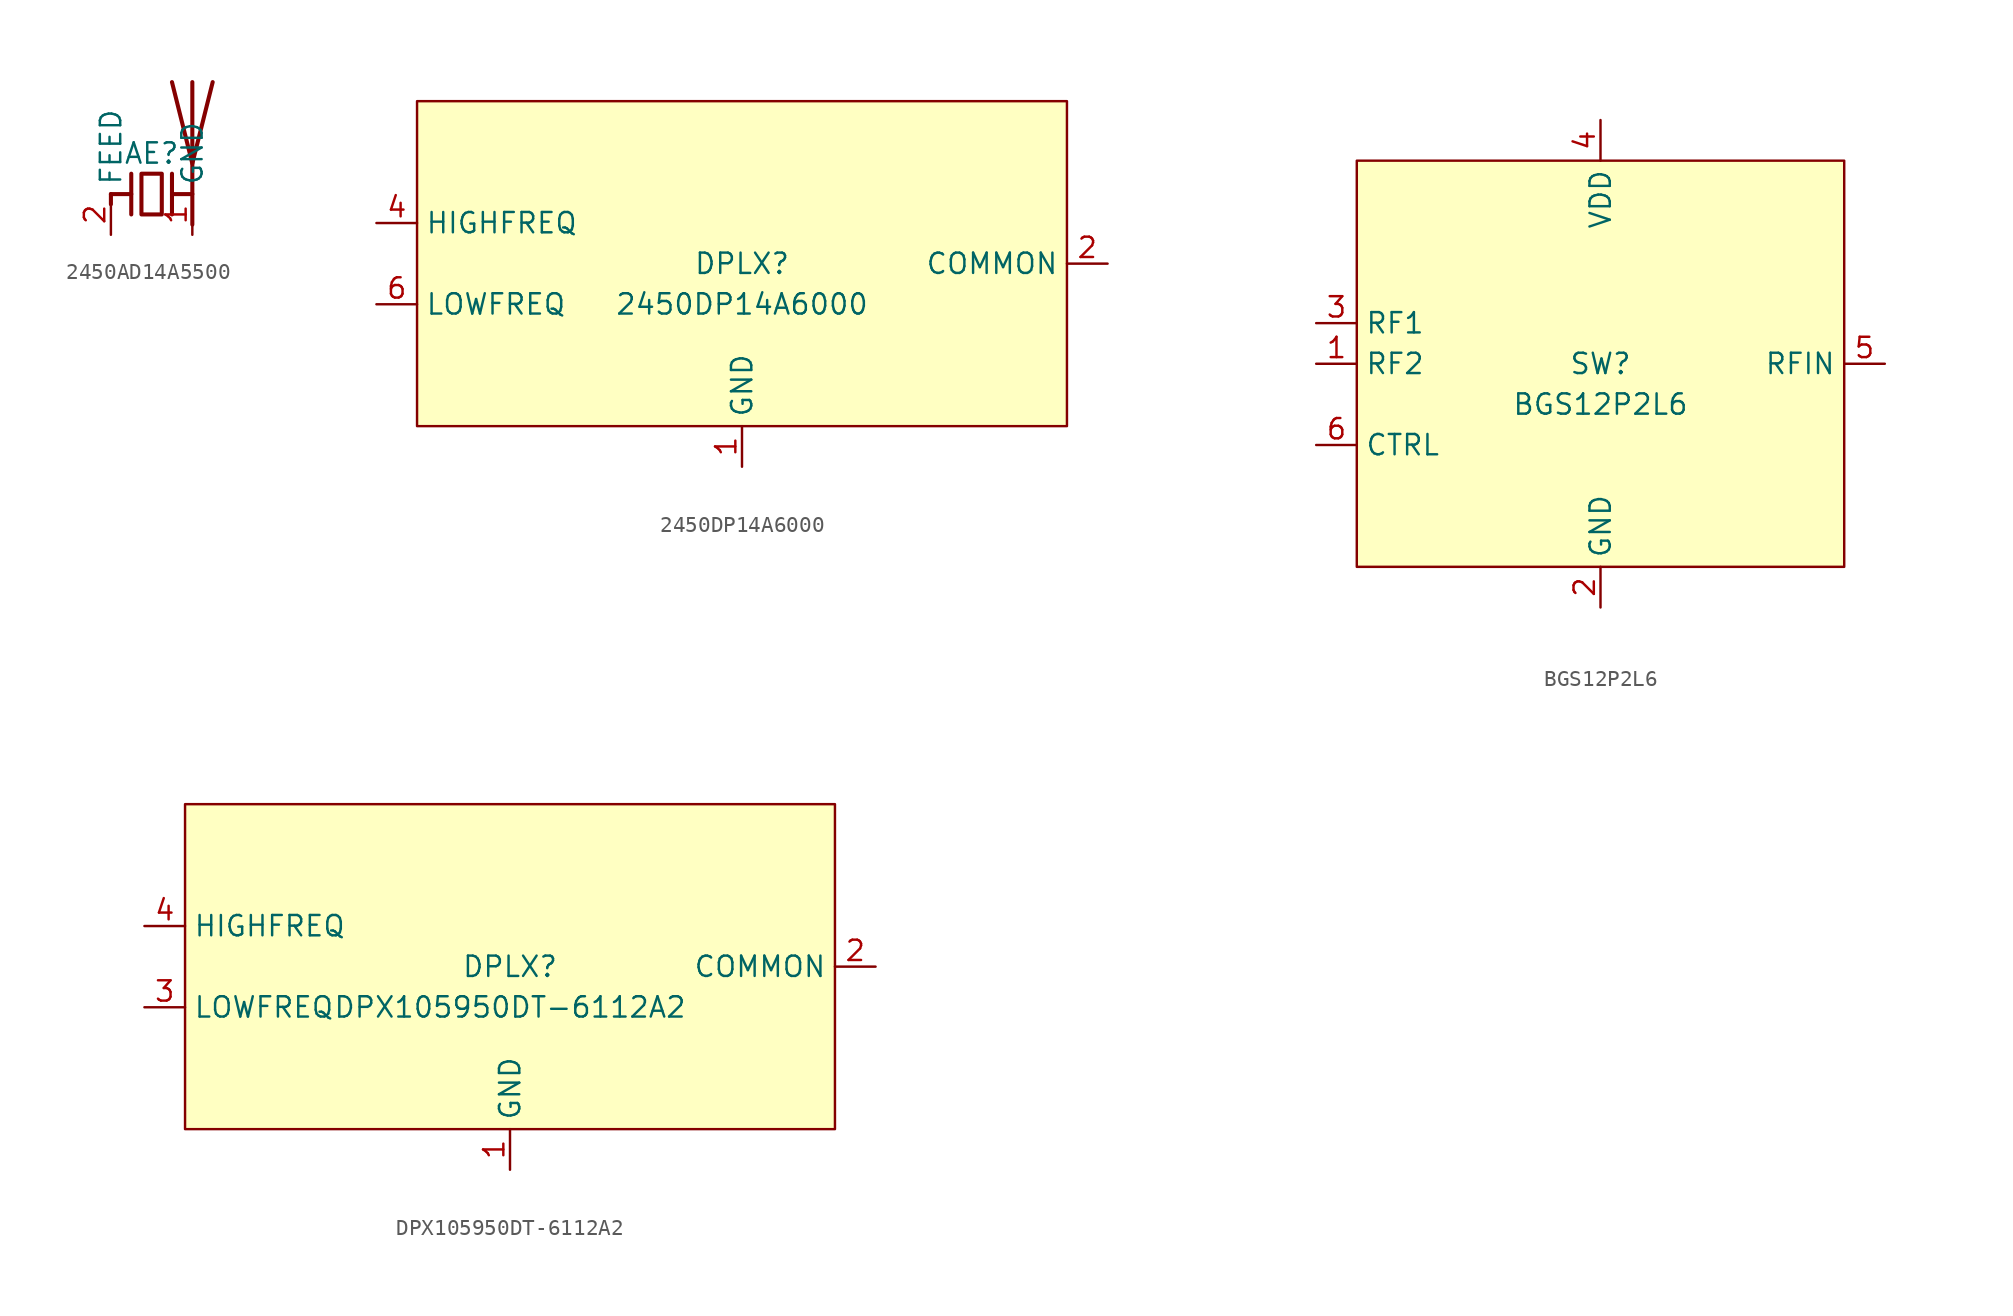
<source format=kicad_sym>
(kicad_symbol_lib
  (version 20220914)
  (generator kicad_symbol_editor)
  (symbol "2450AD14A5500"
    (property "Reference" "AE"
      (at 0 2.54 0)
      (effects (font (size 1.27 1.27))))
    (property "Value" ""
      (at 0 0 0)
      (effects (font (size 1.27 1.27))))
    (symbol "2450AD14A5500_0_1"
      (polyline (pts (xy -2.54 0) (xy -2.54 -0.635)) (stroke (width 0.254) (type default)) (fill (type none)))
      (polyline (pts (xy -2.54 0) (xy -1.27 0)) (stroke (width 0.254) (type default)) (fill (type none)))
      (polyline (pts (xy 1.27 0) (xy 2.54 0)) (stroke (width 0.254) (type default)) (fill (type none)))
      (polyline (pts (xy 1.27 1.27) (xy 1.27 -1.27)) (stroke (width 0.254) (type default)) (fill (type none)))
      (polyline (pts (xy 2.54 -0.635) (xy 2.54 0)) (stroke (width 0) (type default)) (fill (type none)))
      (polyline (pts (xy 2.54 6.985) (xy 2.54 -1.905)) (stroke (width 0.254) (type default)) (fill (type none)))
      (polyline (pts (xy -1.27 1.27) (xy -1.27 -1.27) (xy -1.27 0)) (stroke (width 0.254) (type default)) (fill (type none)))
      (polyline (pts (xy 3.81 6.985) (xy 2.54 1.905) (xy 1.27 6.985)) (stroke (width 0.254) (type default)) (fill (type none)))
      (polyline (pts (xy -0.635 1.27) (xy 0.635 1.27) (xy 0.635 -1.27) (xy -0.635 -1.27) (xy -0.635 1.27)) (stroke (width 0.254) (type default)) (fill (type none))))
    (symbol "2450AD14A5500_1_0"
      (pin no_connect line (at 0 0 90) (length 2.54) hide (name "NC" (effects (font (size 1.27 1.27)))) (number "3" (effects (font (size 1.27 1.27)))))
      (pin no_connect line (at 2.54 0 90) (length 2.54) hide (name "NC" (effects (font (size 1.27 1.27)))) (number "4" (effects (font (size 1.27 1.27))))))
    (symbol "2450AD14A5500_1_1"
      (pin input line (at 2.54 -2.54 90) (length 2.54) (name "GND" (effects (font (size 1.27 1.27)))) (number "1" (effects (font (size 1.27 1.27)))))
      (pin passive line (at -2.54 -2.54 90) (length 2.54) (name "FEED" (effects (font (size 1.27 1.27)))) (number "2" (effects (font (size 1.27 1.27)))))))
  (symbol "2450DP14A6000"
    (property "Reference" "DPLX"
      (at 0 0 0)
      (do_not_autoplace)
      (effects (font (size 1.27 1.27))))
    (property "Value" "2450DP14A6000"
      (at 0 -2.54 0)
      (do_not_autoplace)
      (effects (font (size 1.27 1.27))))
    (symbol "2450DP14A6000_0_0"
      (pin unspecified line (at 0 -12.7 90) (length 2.54) (name "GND" (effects (font (size 1.27 1.27)))) (number "1" (effects (font (size 1.27 1.27)))))
      (pin unspecified line (at 22.86 0 180) (length 2.54) (name "COMMON" (effects (font (size 1.27 1.27)))) (number "2" (effects (font (size 1.27 1.27)))))
      (pin unspecified line (at -22.86 2.54 0) (length 2.54) (name "HIGHFREQ" (effects (font (size 1.27 1.27)))) (number "4" (effects (font (size 1.27 1.27)))))
      (pin unspecified line (at -22.86 -2.54 0) (length 2.54) (name "LOWFREQ" (effects (font (size 1.27 1.27)))) (number "6" (effects (font (size 1.27 1.27))))))
    (symbol "2450DP14A6000_1_0"
      (pin unspecified line (at 0 -12.7 90) (length 2.54) hide (name "GND" (effects (font (size 1.27 1.27)))) (number "3" (effects (font (size 1.27 1.27)))))
      (pin unspecified line (at 0 -12.7 90) (length 2.54) hide (name "GND" (effects (font (size 1.27 1.27)))) (number "5" (effects (font (size 1.27 1.27))))))
    (symbol "2450DP14A6000_1_1"
      (rectangle (start -20.32 10.16) (end 20.32 -10.16) (stroke (width 0) (type default)) (fill (type background)))))
  (symbol "BGS12P2L6"
    (property "Reference" "SW"
      (at 0 0 0)
      (do_not_autoplace)
      (effects (font (size 1.27 1.27))))
    (property "Value" "BGS12P2L6"
      (at 0 -2.54 0)
      (do_not_autoplace)
      (effects (font (size 1.27 1.27))))
    (symbol "BGS12P2L6_0_0"
      (pin unspecified line (at -17.78 0 0) (length 2.54) (name "RF2" (effects (font (size 1.27 1.27)))) (number "1" (effects (font (size 1.27 1.27)))))
      (pin unspecified line (at 0 -15.24 90) (length 2.54) (name "GND" (effects (font (size 1.27 1.27)))) (number "2" (effects (font (size 1.27 1.27)))))
      (pin unspecified line (at -17.78 2.54 0) (length 2.54) (name "RF1" (effects (font (size 1.27 1.27)))) (number "3" (effects (font (size 1.27 1.27)))))
      (pin unspecified line (at 0 15.24 270) (length 2.54) (name "VDD" (effects (font (size 1.27 1.27)))) (number "4" (effects (font (size 1.27 1.27)))))
      (pin unspecified line (at 17.78 0 180) (length 2.54) (name "RFIN" (effects (font (size 1.27 1.27)))) (number "5" (effects (font (size 1.27 1.27)))))
      (pin unspecified line (at -17.78 -5.08 0) (length 2.54) (name "CTRL" (effects (font (size 1.27 1.27)))) (number "6" (effects (font (size 1.27 1.27))))))
    (symbol "BGS12P2L6_1_1"
      (rectangle (start -15.24 12.7) (end 15.24 -12.7) (stroke (width 0) (type default)) (fill (type background)))))
  (symbol "DPX105950DT-6112A2"
    (property "Reference" "DPLX"
      (at 0 0 0)
      (do_not_autoplace)
      (effects (font (size 1.27 1.27))))
    (property "Value" "DPX105950DT-6112A2"
      (at 0 -2.54 0)
      (do_not_autoplace)
      (effects (font (size 1.27 1.27))))
    (symbol "DPX105950DT-6112A2_0_0"
      (pin unspecified line (at 0 -12.7 90) (length 2.54) (name "GND" (effects (font (size 1.27 1.27)))) (number "1" (effects (font (size 1.27 1.27)))))
      (pin unspecified line (at 22.86 0 180) (length 2.54) (name "COMMON" (effects (font (size 1.27 1.27)))) (number "2" (effects (font (size 1.27 1.27)))))
      (pin unspecified line (at -22.86 2.54 0) (length 2.54) (name "HIGHFREQ" (effects (font (size 1.27 1.27)))) (number "4" (effects (font (size 1.27 1.27))))))
    (symbol "DPX105950DT-6112A2_1_0"
      (pin unspecified line (at -22.86 -2.54 0) (length 2.54) (name "LOWFREQ" (effects (font (size 1.27 1.27)))) (number "3" (effects (font (size 1.27 1.27))))))
    (symbol "DPX105950DT-6112A2_1_1"
      (rectangle (start -20.32 10.16) (end 20.32 -10.16) (stroke (width 0) (type default)) (fill (type background))))))
</source>
